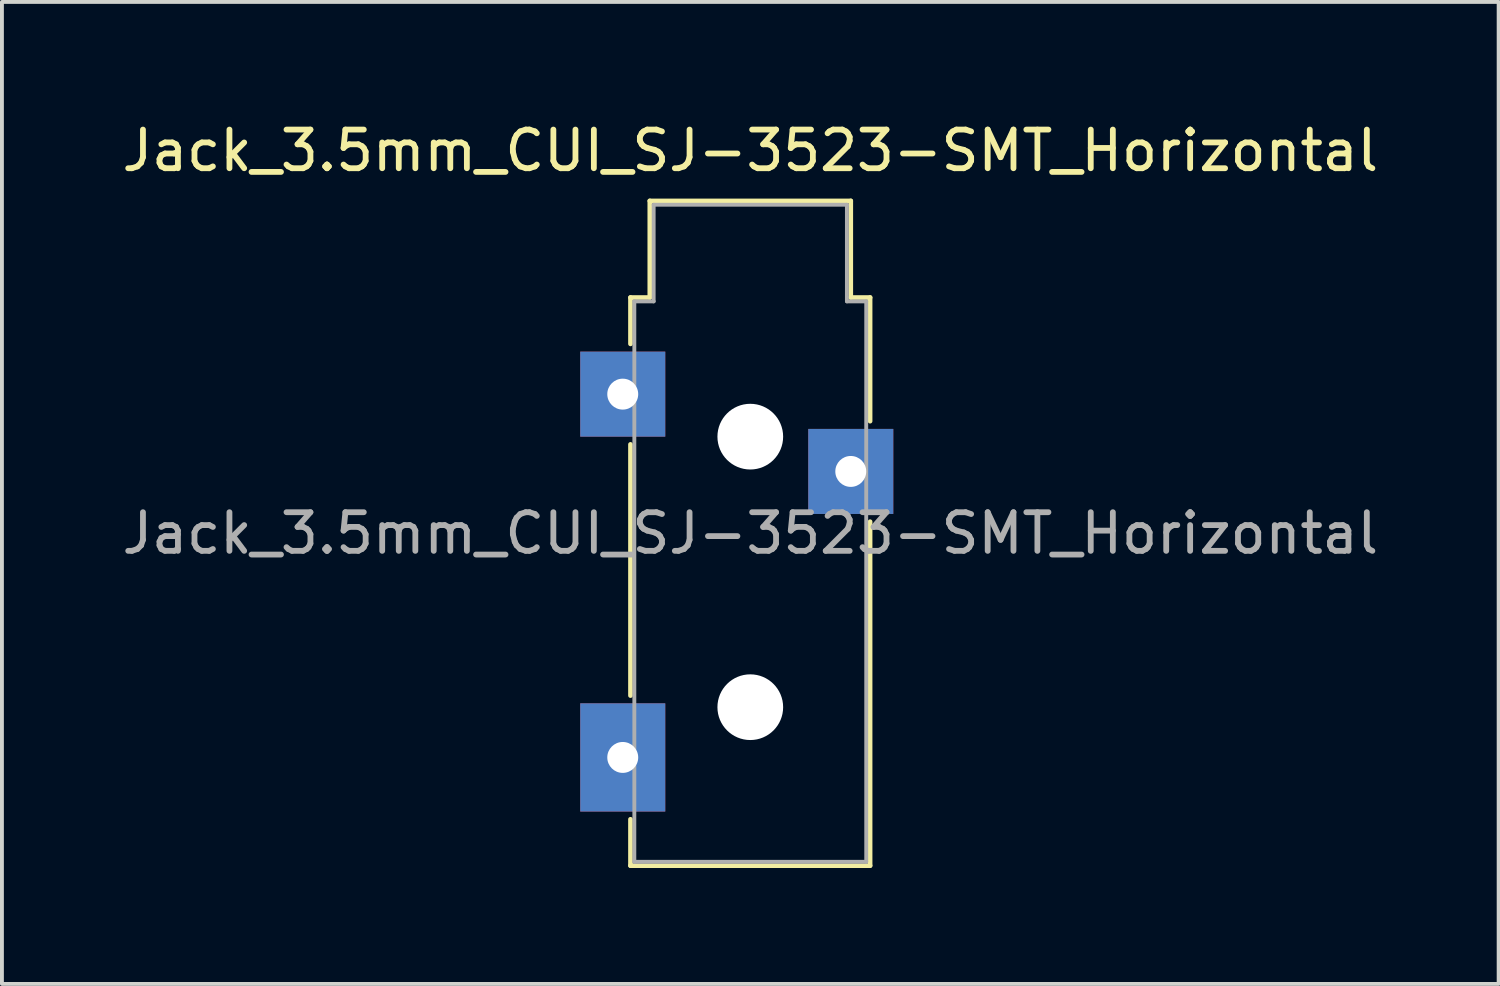
<source format=kicad_pcb>
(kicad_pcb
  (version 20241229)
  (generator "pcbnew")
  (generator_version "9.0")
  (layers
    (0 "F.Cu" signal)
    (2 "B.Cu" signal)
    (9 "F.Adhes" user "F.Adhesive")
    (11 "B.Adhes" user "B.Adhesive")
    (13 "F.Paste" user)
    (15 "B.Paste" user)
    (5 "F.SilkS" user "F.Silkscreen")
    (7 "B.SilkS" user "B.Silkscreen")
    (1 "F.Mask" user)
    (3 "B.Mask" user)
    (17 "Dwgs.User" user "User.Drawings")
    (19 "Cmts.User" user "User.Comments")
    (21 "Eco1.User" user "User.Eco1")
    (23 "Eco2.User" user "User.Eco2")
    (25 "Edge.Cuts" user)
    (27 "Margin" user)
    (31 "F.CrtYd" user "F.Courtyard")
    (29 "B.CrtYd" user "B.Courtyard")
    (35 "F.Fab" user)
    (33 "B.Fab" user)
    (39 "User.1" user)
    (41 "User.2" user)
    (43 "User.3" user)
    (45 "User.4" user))
  (footprint "Jack_3.5mm_CUI_SJ-3523-SMT_Horizontal"
    (layer "F.Cu")
    (at 16.363 10.748)
    (property "Reference" "Jack_3.5mm_CUI_SJ-3523-SMT_Horizontal" (at 0 -9.9 0) (layer "F.SilkS") (effects (font (size 1 1) (thickness 0.15))))
    (attr smd)
    (fp_line (start -3.1 -6.1) (end -2.6 -6.1) (stroke (width 0.12) (type solid)) (layer "F.SilkS"))
    (fp_line (start -3.1 -4.9) (end -3.1 -6.1) (stroke (width 0.12) (type solid)) (layer "F.SilkS"))
    (fp_line (start -3.1 4.2) (end -3.1 -2.3) (stroke (width 0.12) (type solid)) (layer "F.SilkS"))
    (fp_line (start -3.1 8.6) (end -3.1 7.4) (stroke (width 0.12) (type solid)) (layer "F.SilkS"))
    (fp_line (start -2.6 -8.6) (end 2.6 -8.6) (stroke (width 0.12) (type solid)) (layer "F.SilkS"))
    (fp_line (start -2.6 -6.1) (end -2.6 -8.6) (stroke (width 0.12) (type solid)) (layer "F.SilkS"))
    (fp_line (start 2.6 -8.6) (end 2.6 -6.1) (stroke (width 0.12) (type solid)) (layer "F.SilkS"))
    (fp_line (start 2.6 -6.1) (end 3.1 -6.1) (stroke (width 0.12) (type solid)) (layer "F.SilkS"))
    (fp_line (start 3.1 -6.1) (end 3.1 -2.9) (stroke (width 0.12) (type solid)) (layer "F.SilkS"))
    (fp_line (start 3.1 -0.3) (end 3.1 8.6) (stroke (width 0.12) (type solid)) (layer "F.SilkS"))
    (fp_line (start 3.1 8.6) (end -3.1 8.6) (stroke (width 0.12) (type solid)) (layer "F.SilkS"))
    (fp_line (start -3 -6) (end -2.5 -6) (stroke (width 0.1) (type solid)) (layer "F.Fab"))
    (fp_line (start -3 8.5) (end -3 -6) (stroke (width 0.1) (type solid)) (layer "F.Fab"))
    (fp_line (start -2.5 -8.5) (end 2.5 -8.5) (stroke (width 0.1) (type solid)) (layer "F.Fab"))
    (fp_line (start -2.5 -6) (end -2.5 -8.5) (stroke (width 0.1) (type solid)) (layer "F.Fab"))
    (fp_line (start 2.5 -8.5) (end 2.5 -6) (stroke (width 0.1) (type solid)) (layer "F.Fab"))
    (fp_line (start 2.5 -6) (end 3 -6) (stroke (width 0.1) (type solid)) (layer "F.Fab"))
    (fp_line (start 3 -6) (end 3 8.5) (stroke (width 0.1) (type solid)) (layer "F.Fab"))
    (fp_line (start 3 8.5) (end -3 8.5) (stroke (width 0.1) (type solid)) (layer "F.Fab"))
    (fp_text user "${REFERENCE}" (at 0 0 0) (layer "F.Fab") (effects (font (size 1 1) (thickness 0.15))))
    (pad "" np_thru_hole circle (at 0 -2.5) (size 1.7 1.7) (drill 1.7) (layers "*.Cu" "*.Mask"))
    (pad "" np_thru_hole circle (at 0 4.5) (size 1.7 1.7) (drill 1.7) (layers "*.Cu" "*.Mask"))
    (pad "R" thru_hole rect (at 2.6 -1.6) (size 2.2 2.2) (drill 0.8) (layers "*.Cu" "*.Mask" "F.Paste"))
    (pad "S" thru_hole rect (at -3.3 -3.6) (size 2.2 2.2) (drill 0.8) (layers "*.Cu" "*.Mask" "F.Paste"))
    (pad "T" thru_hole rect (at -3.3 5.8) (size 2.2 2.8) (drill 0.8) (layers "*.Cu" "*.Mask" "F.Paste")))
  (gr_rect
    (start -3 -3)
    (end 35.726 22.408)
    (stroke (width 0.1) (type default))
    (fill no)
    (layer "Edge.Cuts")))
</source>
